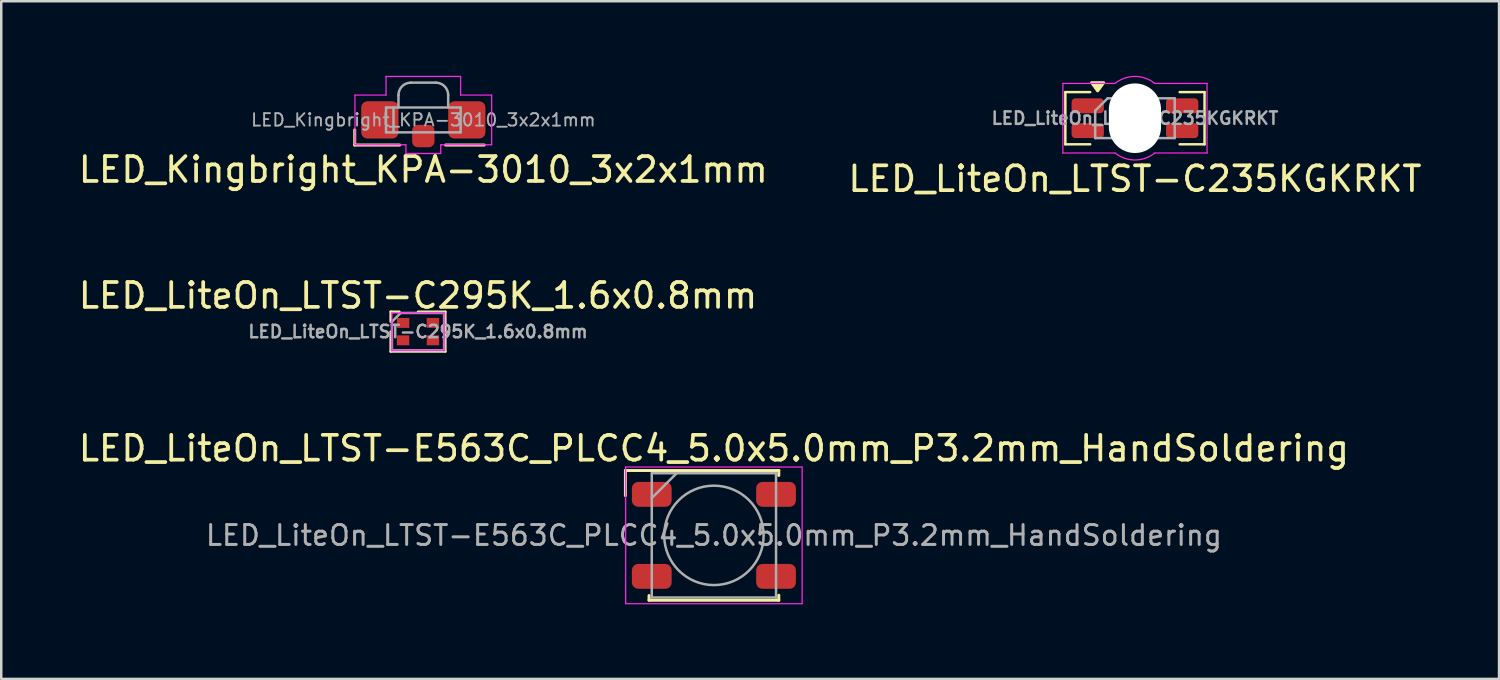
<source format=kicad_pcb>
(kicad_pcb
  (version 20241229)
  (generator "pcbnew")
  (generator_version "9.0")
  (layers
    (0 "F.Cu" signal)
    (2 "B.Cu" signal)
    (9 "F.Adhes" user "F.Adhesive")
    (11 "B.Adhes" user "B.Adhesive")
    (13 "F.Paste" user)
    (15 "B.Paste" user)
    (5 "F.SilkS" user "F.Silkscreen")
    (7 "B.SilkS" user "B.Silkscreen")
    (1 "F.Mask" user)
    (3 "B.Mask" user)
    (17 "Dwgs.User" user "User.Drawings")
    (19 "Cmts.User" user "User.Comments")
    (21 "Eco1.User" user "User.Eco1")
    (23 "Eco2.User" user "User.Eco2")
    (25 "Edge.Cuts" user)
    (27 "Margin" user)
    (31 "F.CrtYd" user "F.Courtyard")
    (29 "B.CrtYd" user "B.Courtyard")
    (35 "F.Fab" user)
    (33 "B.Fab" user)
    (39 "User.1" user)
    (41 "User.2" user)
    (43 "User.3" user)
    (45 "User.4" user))
  (footprint "LED_LiteOn_LTST-C295K_1.6x0.8mm"
    (layer "F.Cu")
    (at 13.768 10.292)
    (property "Reference" "LED_LiteOn_LTST-C295K_1.6x0.8mm" (at 0 -1.45 0) (unlocked yes) (layer "F.SilkS") (effects (font (size 1 1) (thickness 0.15))))
    (attr smd)
    (fp_line (start -1.1 -0.8) (end -0.75 -0.8) (stroke (width 0.1) (type solid)) (layer "F.SilkS"))
    (fp_line (start -1.1 -0.4) (end -1.1 -0.8) (stroke (width 0.1) (type solid)) (layer "F.SilkS"))
    (fp_line (start -1.1 0.8) (end -1.1 0) (stroke (width 0.1) (type solid)) (layer "F.SilkS"))
    (fp_line (start 1.1 -0.8) (end 0 -0.8) (stroke (width 0.1) (type solid)) (layer "F.SilkS"))
    (fp_line (start 1.1 -0.8) (end 1.1 0.8) (stroke (width 0.1) (type solid)) (layer "F.SilkS"))
    (fp_line (start 1.1 0.8) (end -1.1 0.8) (stroke (width 0.1) (type solid)) (layer "F.SilkS"))
    (fp_line (start -1.05 -0.75) (end 1.05 -0.75) (stroke (width 0.05) (type solid)) (layer "F.CrtYd"))
    (fp_line (start -1.05 0.75) (end -1.05 -0.75) (stroke (width 0.05) (type solid)) (layer "F.CrtYd"))
    (fp_line (start 1.05 -0.75) (end 1.05 0.75) (stroke (width 0.05) (type solid)) (layer "F.CrtYd"))
    (fp_line (start 1.05 0.75) (end -1.05 0.75) (stroke (width 0.05) (type solid)) (layer "F.CrtYd"))
    (fp_line (start -1.05 -0.4) (end -0.7 -0.75) (stroke (width 0.1) (type solid)) (layer "F.Fab"))
    (fp_line (start -1.05 0.75) (end -1.05 -0.4) (stroke (width 0.1) (type solid)) (layer "F.Fab"))
    (fp_line (start -0.7 -0.75) (end 1.05 -0.75) (stroke (width 0.1) (type solid)) (layer "F.Fab"))
    (fp_line (start 1.05 -0.75) (end 1.05 0.75) (stroke (width 0.1) (type solid)) (layer "F.Fab"))
    (fp_line (start 1.05 0.75) (end -1.05 0.75) (stroke (width 0.1) (type solid)) (layer "F.Fab"))
    (fp_text user "${REFERENCE}" (at 0 0 0) (unlocked yes) (layer "F.Fab") (effects (font (size 0.5 0.5) (thickness 0.1))))
    (pad "1" smd rect (at -0.6 -0.35 90) (size 0.4 0.5) (layers "F.Cu" "F.Mask" "F.Paste"))
    (pad "2" smd rect (at -0.6 0.35 90) (size 0.4 0.5) (layers "F.Cu" "F.Mask" "F.Paste"))
    (pad "3" smd rect (at 0.6 -0.35 90) (size 0.4 0.5) (layers "F.Cu" "F.Mask" "F.Paste"))
    (pad "4" smd rect (at 0.6 0.35 90) (size 0.4 0.5) (layers "F.Cu" "F.Mask" "F.Paste")))
  (footprint "LED_LiteOn_LTST-C235KGKRKT"
    (layer "F.Cu")
    (at 42.613 1.706)
    (property "Reference" "LED_LiteOn_LTST-C235KGKRKT" (at 0 2.44 0) (layer "F.SilkS") (effects (font (size 1 1) (thickness 0.15))))
    (attr smd)
    (fp_line (start -2.8 -1.05) (end -2.8 1.05) (stroke (width 0.1) (type default)) (layer "F.SilkS"))
    (fp_line (start -2.8 1.05) (end -1.8 1.05) (stroke (width 0.1) (type default)) (layer "F.SilkS"))
    (fp_line (start -1.8 -1.05) (end -2.8 -1.05) (stroke (width 0.1) (type default)) (layer "F.SilkS"))
    (fp_line (start 1.8 -1.05) (end 2.8 -1.05) (stroke (width 0.1) (type default)) (layer "F.SilkS"))
    (fp_line (start 2.8 -1.05) (end 2.8 1.05) (stroke (width 0.1) (type default)) (layer "F.SilkS"))
    (fp_line (start 2.8 1.05) (end 1.8 1.05) (stroke (width 0.1) (type default)) (layer "F.SilkS"))
    (fp_poly (pts (xy -1.5 -1.1) (xy -1.74 -1.43) (xy -1.26 -1.43) (xy -1.5 -1.1)) (stroke (width 0.12) (type solid)) (fill yes) (layer "F.SilkS"))
    (fp_line (start -2.9 -1.4) (end -0.8 -1.4) (stroke (width 0.05) (type solid)) (layer "F.CrtYd"))
    (fp_line (start -2.9 1.4) (end -2.9 -1.4) (stroke (width 0.05) (type solid)) (layer "F.CrtYd"))
    (fp_line (start -0.8 1.4) (end -2.9 1.4) (stroke (width 0.05) (type solid)) (layer "F.CrtYd"))
    (fp_line (start 0.8 -1.4) (end 2.9 -1.4) (stroke (width 0.05) (type solid)) (layer "F.CrtYd"))
    (fp_line (start 2.9 -1.4) (end 2.9 1.4) (stroke (width 0.05) (type solid)) (layer "F.CrtYd"))
    (fp_line (start 2.9 1.4) (end 0.8 1.4) (stroke (width 0.05) (type solid)) (layer "F.CrtYd"))
    (fp_arc (start -0.800001 -1.399998) (mid -0.000001 -1.680624) (end 0.799999 -1.399999) (stroke (width 0.05) (type default)) (layer "F.CrtYd"))
    (fp_arc (start 0.800001 1.399998) (mid 0.000001 1.680624) (end -0.799999 1.399999) (stroke (width 0.05) (type default)) (layer "F.CrtYd"))
    (fp_line (start -1.6 -0.3) (end -1.6 0.8) (stroke (width 0.1) (type default)) (layer "F.Fab"))
    (fp_line (start -1.6 0.8) (end 1.6 0.8) (stroke (width 0.1) (type default)) (layer "F.Fab"))
    (fp_line (start -1.1 -0.8) (end -1.6 -0.3) (stroke (width 0.1) (type default)) (layer "F.Fab"))
    (fp_line (start -0.8 -0.75) (end 0.8 -0.75) (stroke (width 0.1) (type default)) (layer "F.Fab"))
    (fp_line (start -0.8 0.75) (end -0.8 -0.75) (stroke (width 0.1) (type default)) (layer "F.Fab"))
    (fp_line (start 0.8 -0.75) (end 0.8 0.75) (stroke (width 0.1) (type default)) (layer "F.Fab"))
    (fp_line (start 0.8 0.75) (end -0.8 0.75) (stroke (width 0.1) (type default)) (layer "F.Fab"))
    (fp_line (start 1.6 -0.8) (end -1.1 -0.8) (stroke (width 0.1) (type default)) (layer "F.Fab"))
    (fp_line (start 1.6 0.8) (end 1.6 -0.8) (stroke (width 0.1) (type default)) (layer "F.Fab"))
    (fp_text user "${REFERENCE}" (at 0 0 0) (layer "F.Fab") (effects (font (size 0.5 0.5) (thickness 0.1) (bold yes))))
    (pad "" np_thru_hole oval (at 0 0) (size 2.1 2.8) (drill oval 2.1 2.8) (layers "*.Cu" "*.Mask"))
    (pad "1" smd roundrect (at -1.9 -0.5 180) (size 1.3 0.6) (layers "F.Cu" "F.Mask" "F.Paste") (roundrect_rratio 0.25))
    (pad "2" smd roundrect (at 1.9 -0.5 180) (size 1.3 0.6) (layers "F.Cu" "F.Mask" "F.Paste") (roundrect_rratio 0.25))
    (pad "3" smd roundrect (at 1.9 0.5 180) (size 1.3 0.6) (layers "F.Cu" "F.Mask" "F.Paste") (roundrect_rratio 0.25))
    (pad "4" smd roundrect (at -1.9 0.5 180) (size 1.3 0.6) (layers "F.Cu" "F.Mask" "F.Paste") (roundrect_rratio 0.25)))
  (footprint "LED_LiteOn_LTST-E563C_PLCC4_5.0x5.0mm_P3.2mm_HandSoldering"
    (layer "F.Cu")
    (at 25.673 18.49)
    (property "Reference" "LED_LiteOn_LTST-E563C_PLCC4_5.0x5.0mm_P3.2mm_HandSoldering" (at 0 -3.5 0) (layer "F.SilkS") (effects (font (size 1 1) (thickness 0.15))))
    (attr smd)
    (fp_line (start -3.56 -2.61) (end 2.61 -2.61) (stroke (width 0.12) (type solid)) (layer "F.SilkS"))
    (fp_line (start -3.56 -1.6) (end -3.56 -2.61) (stroke (width 0.12) (type solid)) (layer "F.SilkS"))
    (fp_line (start -2.61 2.61) (end -2.61 2.42) (stroke (width 0.12) (type solid)) (layer "F.SilkS"))
    (fp_line (start -2.61 2.61) (end 2.61 2.61) (stroke (width 0.12) (type solid)) (layer "F.SilkS"))
    (fp_line (start 2.61 -2.61) (end 2.61 -2.41) (stroke (width 0.12) (type solid)) (layer "F.SilkS"))
    (fp_line (start 2.61 2.61) (end 2.61 2.41) (stroke (width 0.12) (type solid)) (layer "F.SilkS"))
    (fp_line (start -3.55 -2.75) (end -3.55 2.75) (stroke (width 0.05) (type solid)) (layer "F.CrtYd"))
    (fp_line (start -3.55 2.75) (end 3.55 2.75) (stroke (width 0.05) (type solid)) (layer "F.CrtYd"))
    (fp_line (start 3.55 -2.75) (end -3.55 -2.75) (stroke (width 0.05) (type solid)) (layer "F.CrtYd"))
    (fp_line (start 3.55 2.75) (end 3.55 -2.75) (stroke (width 0.05) (type solid)) (layer "F.CrtYd"))
    (fp_line (start -2.5 -2.5) (end -2.5 2.5) (stroke (width 0.1) (type solid)) (layer "F.Fab"))
    (fp_line (start -2.5 -1.5) (end -1.5 -2.5) (stroke (width 0.1) (type solid)) (layer "F.Fab"))
    (fp_line (start -2.5 2.5) (end 2.5 2.5) (stroke (width 0.1) (type solid)) (layer "F.Fab"))
    (fp_line (start 2.5 -2.5) (end -2.5 -2.5) (stroke (width 0.1) (type solid)) (layer "F.Fab"))
    (fp_line (start 2.5 2.5) (end 2.5 -2.5) (stroke (width 0.1) (type solid)) (layer "F.Fab"))
    (fp_circle (center 0 0) (end 0 2) (stroke (width 0.1) (type solid)) (fill no) (layer "F.Fab"))
    (fp_text user "${REFERENCE}" (at 0 0 0) (layer "F.Fab") (effects (font (size 0.8 0.8) (thickness 0.12))))
    (pad "1" smd roundrect (at -2.5 -1.65) (size 1.6 1) (layers "F.Cu" "F.Mask" "F.Paste") (roundrect_rratio 0.25))
    (pad "2" smd roundrect (at -2.5 1.65) (size 1.6 1) (layers "F.Cu" "F.Mask" "F.Paste") (roundrect_rratio 0.25))
    (pad "3" smd roundrect (at 2.5 -1.65) (size 1.6 1) (layers "F.Cu" "F.Mask" "F.Paste") (roundrect_rratio 0.25))
    (pad "4" smd roundrect (at 2.5 1.65) (size 1.6 1) (layers "F.Cu" "F.Mask" "F.Paste") (roundrect_rratio 0.25)))
  (footprint "LED_Kingbright_KPA-3010_3x2x1mm"
    (layer "F.Cu")
    (at 13.982 1.275)
    (property "Reference" "LED_Kingbright_KPA-3010_3x2x1mm" (at 0 2.5 0) (layer "F.SilkS") (effects (font (size 1 1) (thickness 0.15))))
    (attr smd)
    (fp_line (start -2.76 0.9) (end -2.76 1.51) (stroke (width 0.12) (type solid)) (layer "F.SilkS"))
    (fp_line (start -2.76 1.51) (end -0.95 1.51) (stroke (width 0.12) (type solid)) (layer "F.SilkS"))
    (fp_line (start 0.895 1.51) (end 2.45 1.51) (stroke (width 0.12) (type solid)) (layer "F.SilkS"))
    (fp_line (start -2.75 1.5) (end -2.75 -0.5) (stroke (width 0.05) (type default)) (layer "F.CrtYd"))
    (fp_line (start -1.5 -1.25) (end -1.5 -0.5) (stroke (width 0.05) (type default)) (layer "F.CrtYd"))
    (fp_line (start -1.5 -1.25) (end 1.5 -1.25) (stroke (width 0.05) (type default)) (layer "F.CrtYd"))
    (fp_line (start -1.5 -0.5) (end -2.75 -0.5) (stroke (width 0.05) (type default)) (layer "F.CrtYd"))
    (fp_line (start -0.7 1.5) (end -2.75 1.5) (stroke (width 0.05) (type default)) (layer "F.CrtYd"))
    (fp_line (start -0.7 1.85) (end -0.7 1.5) (stroke (width 0.05) (type default)) (layer "F.CrtYd"))
    (fp_line (start 0.7 1.5) (end 0.7 1.85) (stroke (width 0.05) (type default)) (layer "F.CrtYd"))
    (fp_line (start 0.7 1.85) (end -0.7 1.85) (stroke (width 0.05) (type default)) (layer "F.CrtYd"))
    (fp_line (start 1.5 -1.25) (end 1.5 -0.5) (stroke (width 0.05) (type default)) (layer "F.CrtYd"))
    (fp_line (start 1.5 -0.5) (end 2.75 -0.5) (stroke (width 0.05) (type default)) (layer "F.CrtYd"))
    (fp_line (start 2.75 -0.5) (end 2.75 1.5) (stroke (width 0.05) (type default)) (layer "F.CrtYd"))
    (fp_line (start 2.75 1.5) (end 0.7 1.5) (stroke (width 0.05) (type default)) (layer "F.CrtYd"))
    (fp_line (start -1.5 0) (end 1.5 0) (stroke (width 0.1) (type solid)) (layer "F.Fab"))
    (fp_line (start -1.5 1) (end -1.5 0) (stroke (width 0.1) (type solid)) (layer "F.Fab"))
    (fp_line (start -1.2 0) (end -1.2 1) (stroke (width 0.1) (type solid)) (layer "F.Fab"))
    (fp_line (start -1 0) (end -1 -0.5) (stroke (width 0.1) (type solid)) (layer "F.Fab"))
    (fp_line (start -0.5 -1) (end 0.5 -1) (stroke (width 0.1) (type solid)) (layer "F.Fab"))
    (fp_line (start 1 -0.5) (end 1 0) (stroke (width 0.1) (type solid)) (layer "F.Fab"))
    (fp_line (start 1.5 0) (end 1.5 1) (stroke (width 0.1) (type solid)) (layer "F.Fab"))
    (fp_line (start 1.5 1) (end -1.5 1) (stroke (width 0.1) (type solid)) (layer "F.Fab"))
    (fp_arc (start -1 -0.5) (mid -0.853553 -0.853553) (end -0.5 -1) (stroke (width 0.1) (type solid)) (layer "F.Fab"))
    (fp_arc (start 0.5 -1) (mid 0.853553 -0.853553) (end 1 -0.5) (stroke (width 0.1) (type solid)) (layer "F.Fab"))
    (fp_text user "${REFERENCE}" (at 0 0.5 0) (layer "F.Fab") (effects (font (size 0.5 0.5) (thickness 0.075))))
    (pad "1" smd roundrect (at -1.75 0.5) (size 1.5 1.5) (layers "F.Cu" "F.Mask" "F.Paste") (roundrect_rratio 0.167))
    (pad "2" smd roundrect (at 1.75 0.5) (size 1.5 1.5) (layers "F.Cu" "F.Mask" "F.Paste") (roundrect_rratio 0.167))
    (pad "3" smd roundrect (at 0 1.15) (size 0.9 0.9) (layers "F.Cu" "F.Mask" "F.Paste") (roundrect_rratio 0.25)))
  (gr_rect
    (start -3 -3)
    (end 57.262 24.265)
    (stroke (width 0.1) (type default))
    (fill no)
    (layer "Edge.Cuts")))
</source>
